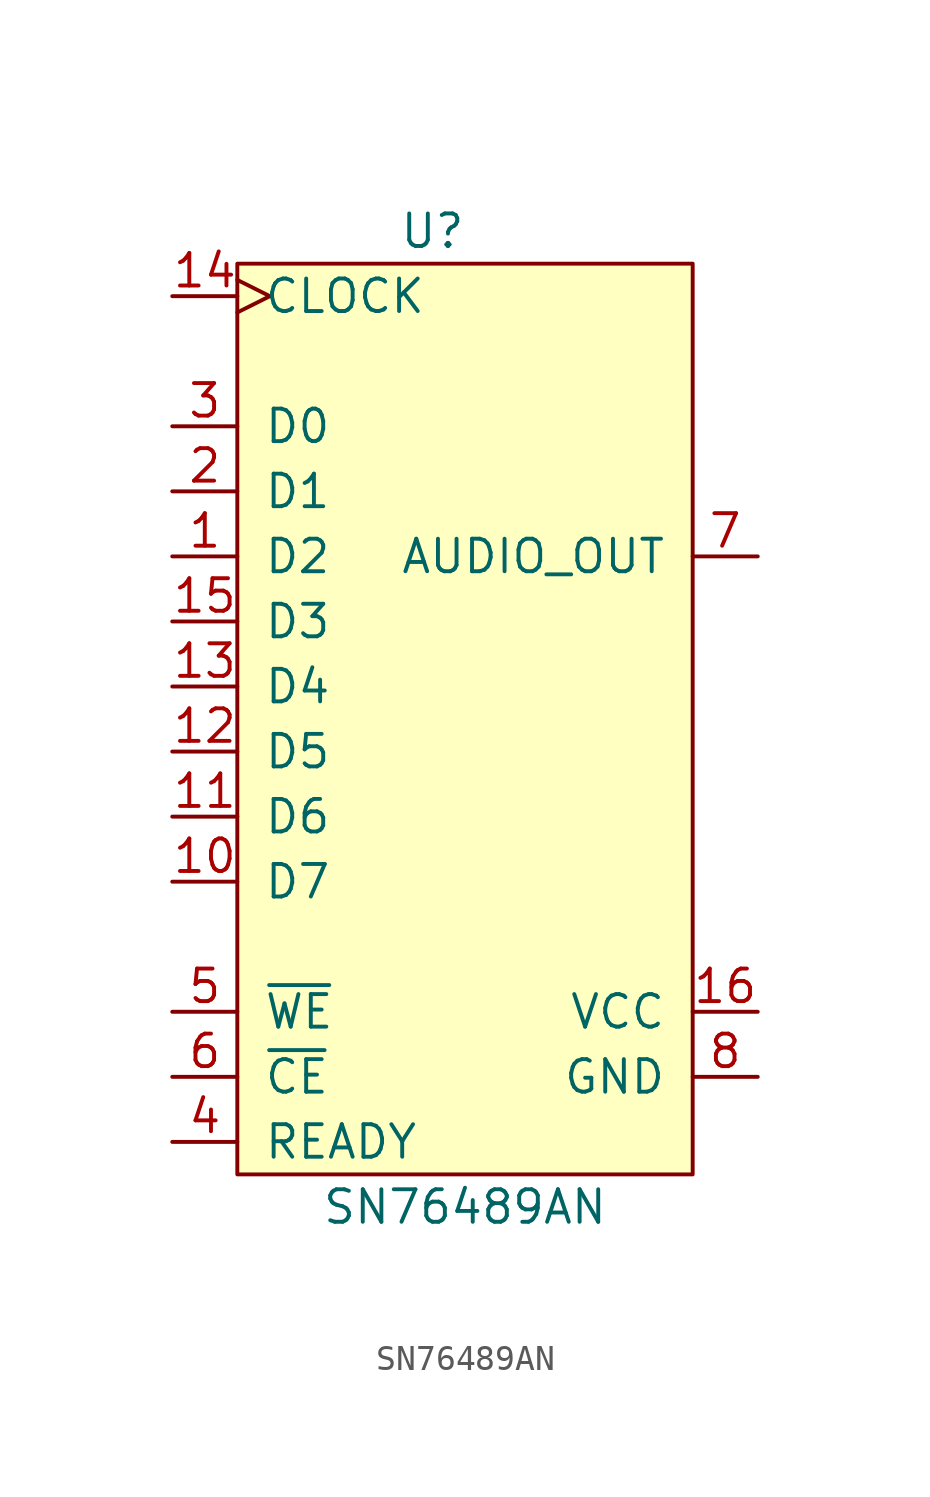
<source format=kicad_sym>
(kicad_symbol_lib
  (version 20211014)
  (generator kicad_symbol_editor)
  (symbol "SN76489AN"
    (pin_names
      (offset 1.016))
    (property "Reference" "U"
      (at -1.27 19.05 0)
      (effects (font (size 1.27 1.27))))
    (property "Value" "SN76489AN"
      (at 0 -19.05 0)
      (effects (font (size 1.27 1.27))))
    (symbol "SN76489AN_0_1"
      (rectangle (start -8.89 17.78) (end 8.89 -17.78) (stroke (width 0) (type default) (color 0 0 0 0)) (fill (type background))))
    (symbol "SN76489AN_1_1"
      (pin input line (at -11.43 6.35 0) (length 2.54) (name "D2" (effects (font (size 1.27 1.27)))) (number "1" (effects (font (size 1.27 1.27)))))
      (pin input line (at -11.43 -6.35 0) (length 2.54) (name "D7" (effects (font (size 1.27 1.27)))) (number "10" (effects (font (size 1.27 1.27)))))
      (pin input line (at -11.43 -3.81 0) (length 2.54) (name "D6" (effects (font (size 1.27 1.27)))) (number "11" (effects (font (size 1.27 1.27)))))
      (pin input line (at -11.43 -1.27 0) (length 2.54) (name "D5" (effects (font (size 1.27 1.27)))) (number "12" (effects (font (size 1.27 1.27)))))
      (pin input line (at -11.43 1.27 0) (length 2.54) (name "D4" (effects (font (size 1.27 1.27)))) (number "13" (effects (font (size 1.27 1.27)))))
      (pin input clock (at -11.43 16.51 0) (length 2.54) (name "CLOCK" (effects (font (size 1.27 1.27)))) (number "14" (effects (font (size 1.27 1.27)))))
      (pin input line (at -11.43 3.81 0) (length 2.54) (name "D3" (effects (font (size 1.27 1.27)))) (number "15" (effects (font (size 1.27 1.27)))))
      (pin power_in line (at 11.43 -11.43 180) (length 2.54) (name "VCC" (effects (font (size 1.27 1.27)))) (number "16" (effects (font (size 1.27 1.27)))))
      (pin input line (at -11.43 8.89 0) (length 2.54) (name "D1" (effects (font (size 1.27 1.27)))) (number "2" (effects (font (size 1.27 1.27)))))
      (pin input line (at -11.43 11.43 0) (length 2.54) (name "D0" (effects (font (size 1.27 1.27)))) (number "3" (effects (font (size 1.27 1.27)))))
      (pin output line (at -11.43 -16.51 0) (length 2.54) (name "READY" (effects (font (size 1.27 1.27)))) (number "4" (effects (font (size 1.27 1.27)))))
      (pin input line (at -11.43 -11.43 0) (length 2.54) (name "~{WE}" (effects (font (size 1.27 1.27)))) (number "5" (effects (font (size 1.27 1.27)))))
      (pin input line (at -11.43 -13.97 0) (length 2.54) (name "~{CE}" (effects (font (size 1.27 1.27)))) (number "6" (effects (font (size 1.27 1.27)))))
      (pin power_out line (at 11.43 6.35 180) (length 2.54) (name "AUDIO_OUT" (effects (font (size 1.27 1.27)))) (number "7" (effects (font (size 1.27 1.27)))))
      (pin power_out line (at 11.43 -13.97 180) (length 2.54) (name "GND" (effects (font (size 1.27 1.27)))) (number "8" (effects (font (size 1.27 1.27)))))
      (pin no_connect line (at 11.43 -16.51 180) (length 2.54) hide (name "N.C." (effects (font (size 1.27 1.27)))) (number "9" (effects (font (size 1.27 1.27))))))))
</source>
